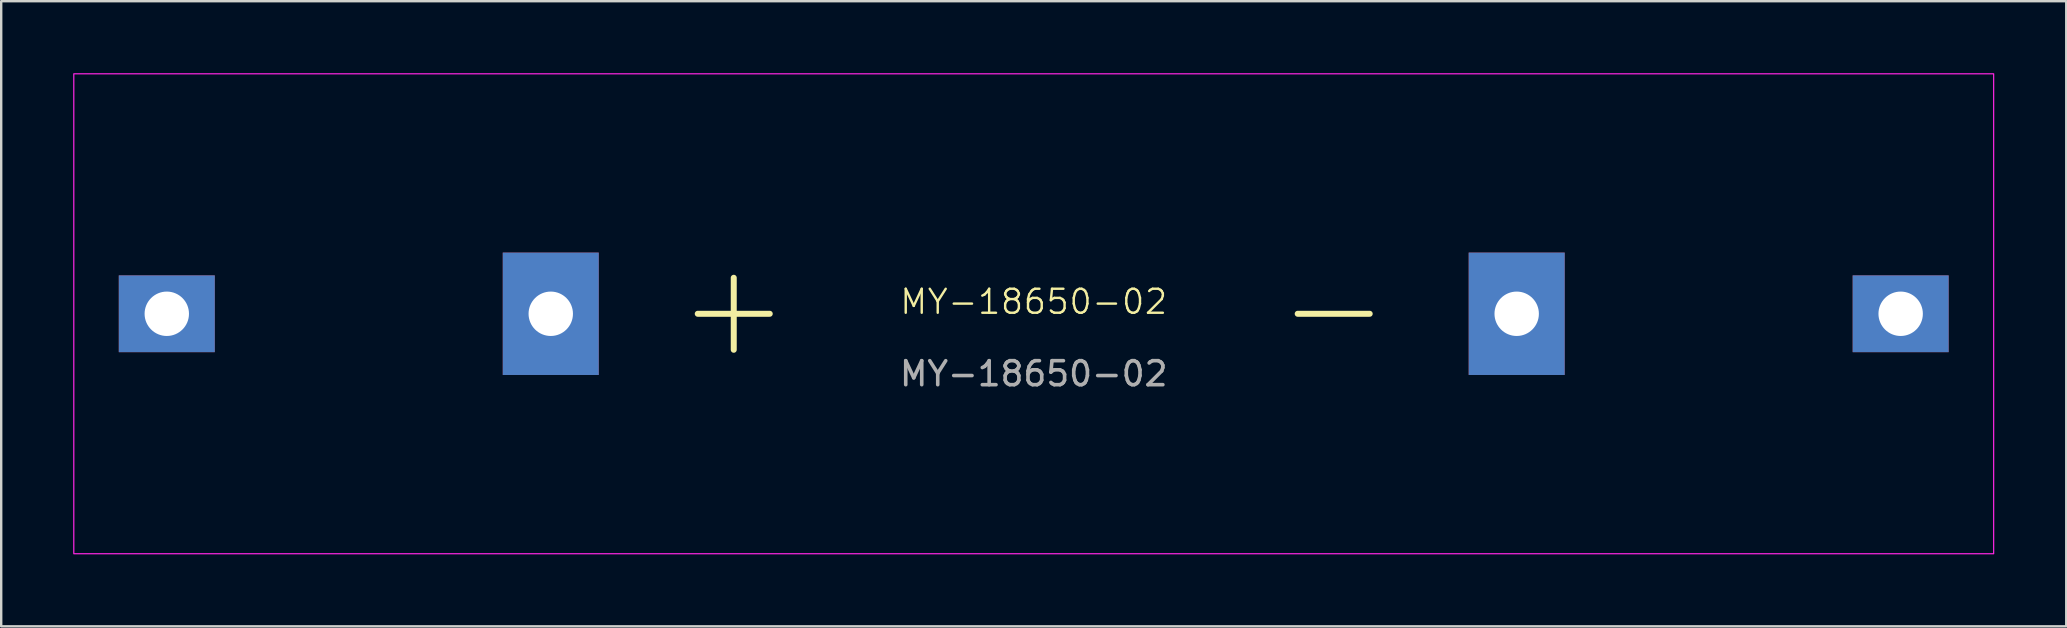
<source format=kicad_pcb>
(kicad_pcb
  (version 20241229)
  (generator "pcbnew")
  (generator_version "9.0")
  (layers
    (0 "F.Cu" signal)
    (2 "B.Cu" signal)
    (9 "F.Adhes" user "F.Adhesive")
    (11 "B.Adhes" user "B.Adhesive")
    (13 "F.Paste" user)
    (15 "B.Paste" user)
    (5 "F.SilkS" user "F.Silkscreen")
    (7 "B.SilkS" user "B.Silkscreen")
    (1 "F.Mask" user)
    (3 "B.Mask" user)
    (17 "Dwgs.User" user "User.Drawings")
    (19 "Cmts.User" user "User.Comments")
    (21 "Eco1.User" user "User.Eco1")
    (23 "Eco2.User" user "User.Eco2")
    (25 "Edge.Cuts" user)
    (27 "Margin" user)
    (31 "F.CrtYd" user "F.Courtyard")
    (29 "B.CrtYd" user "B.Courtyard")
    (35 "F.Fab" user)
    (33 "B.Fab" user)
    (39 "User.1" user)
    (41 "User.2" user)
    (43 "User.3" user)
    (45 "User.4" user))
  (footprint "MY-18650-02"
    (layer "F.Cu")
    (at 40.025 10.025)
    (property "Reference" "MY-18650-02" (at 0 -0.5 0) (unlocked yes) (layer "F.SilkS") (effects (font (size 1 1) (thickness 0.1))))
    (attr smd)
    (fp_line (start -14 0) (end -11 0) (stroke (width 0.25) (type solid)) (layer "F.SilkS"))
    (fp_line (start -12.5 1.5) (end -12.5 -1.5) (stroke (width 0.25) (type solid)) (layer "F.SilkS"))
    (fp_line (start 11 0) (end 14 0) (stroke (width 0.25) (type solid)) (layer "F.SilkS"))
    (fp_rect (start -40 -10) (end 40 10) (stroke (width 0.05) (type solid)) (fill no) (layer "F.CrtYd"))
    (fp_text user "${REFERENCE}" (at 0 2.5 0) (unlocked yes) (layer "F.Fab") (effects (font (size 1 1) (thickness 0.15))))
    (pad "1" thru_hole rect (at -36.125 0) (size 4 3.2) (drill 1.85) (layers "*.Cu" "*.Mask" "F.Paste"))
    (pad "1" thru_hole rect (at -20.125 0) (size 4 5.1) (drill 1.85) (layers "*.Cu" "*.Mask" "F.Paste"))
    (pad "2" thru_hole rect (at 20.125 0) (size 4 5.1) (drill 1.85) (layers "*.Cu" "*.Mask" "F.Paste"))
    (pad "2" thru_hole rect (at 36.125 0) (size 4 3.2) (drill 1.85) (layers "*.Cu" "*.Mask" "F.Paste")))
  (gr_rect
    (start -3 -3)
    (end 83.05 23.05)
    (stroke (width 0.1) (type default))
    (fill no)
    (layer "Edge.Cuts")))
</source>
